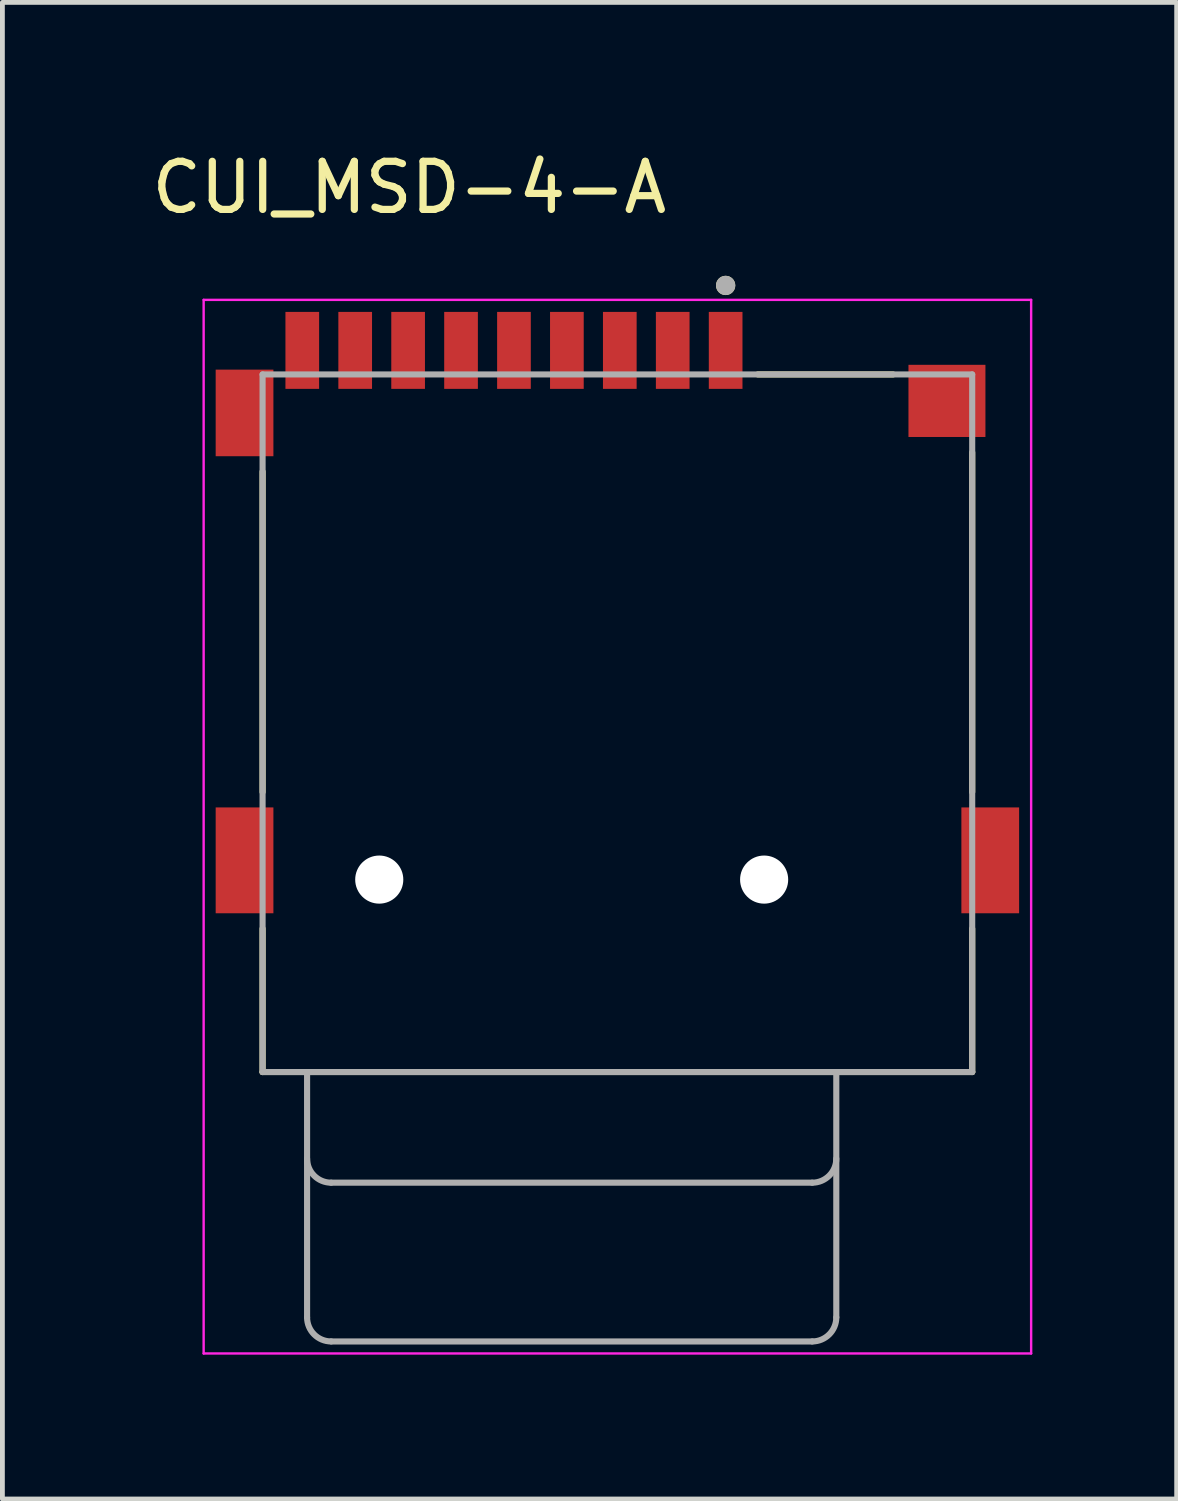
<source format=kicad_pcb>
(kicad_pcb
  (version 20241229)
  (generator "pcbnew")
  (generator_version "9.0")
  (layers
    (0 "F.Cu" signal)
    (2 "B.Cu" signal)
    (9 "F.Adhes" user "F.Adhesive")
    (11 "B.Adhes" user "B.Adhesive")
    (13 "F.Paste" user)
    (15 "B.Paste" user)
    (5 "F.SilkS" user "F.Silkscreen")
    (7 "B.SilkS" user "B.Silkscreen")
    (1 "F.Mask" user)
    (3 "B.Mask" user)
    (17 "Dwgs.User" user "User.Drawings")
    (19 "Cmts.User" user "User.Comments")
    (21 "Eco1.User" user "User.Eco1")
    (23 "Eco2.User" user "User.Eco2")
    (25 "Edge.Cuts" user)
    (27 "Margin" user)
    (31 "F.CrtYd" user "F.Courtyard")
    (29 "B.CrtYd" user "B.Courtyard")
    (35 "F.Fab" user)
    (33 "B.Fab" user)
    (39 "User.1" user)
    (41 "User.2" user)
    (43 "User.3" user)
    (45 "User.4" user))
  (footprint "CUI_MSD-4-A"
    (layer "F.Cu")
    (at 9.783 11.983)
    (property "Reference" "CUI_MSD-4-A" (at -4.325 -11.135 0) (layer "F.SilkS") (effects (font (size 1 1) (thickness 0.15))))
    (attr smd)
    (fp_line (start -7.375 -5.23) (end -7.375 1.43) (stroke (width 0.127) (type solid)) (layer "F.SilkS"))
    (fp_line (start -7.375 4.27) (end -7.375 7.25) (stroke (width 0.127) (type solid)) (layer "F.SilkS"))
    (fp_line (start -7.375 7.25) (end 7.375 7.25) (stroke (width 0.127) (type solid)) (layer "F.SilkS"))
    (fp_line (start 5.73 -7.25) (end 2.92 -7.25) (stroke (width 0.127) (type solid)) (layer "F.SilkS"))
    (fp_line (start 7.375 -5.63) (end 7.375 1.43) (stroke (width 0.127) (type solid)) (layer "F.SilkS"))
    (fp_line (start 7.375 4.27) (end 7.375 7.25) (stroke (width 0.127) (type solid)) (layer "F.SilkS"))
    (fp_circle (center 2.25 -9.1) (end 2.35 -9.1) (stroke (width 0.2) (type solid)) (fill no) (layer "F.SilkS"))
    (fp_line (start -8.6 -8.8) (end 8.6 -8.8) (stroke (width 0.05) (type solid)) (layer "F.CrtYd"))
    (fp_line (start -8.6 13.1) (end -8.6 -8.8) (stroke (width 0.05) (type solid)) (layer "F.CrtYd"))
    (fp_line (start 8.6 -8.8) (end 8.6 13.1) (stroke (width 0.05) (type solid)) (layer "F.CrtYd"))
    (fp_line (start 8.6 13.1) (end -8.6 13.1) (stroke (width 0.05) (type solid)) (layer "F.CrtYd"))
    (fp_line (start -7.375 -7.25) (end -7.375 7.25) (stroke (width 0.127) (type solid)) (layer "F.Fab"))
    (fp_line (start -7.375 7.25) (end -6.45 7.25) (stroke (width 0.127) (type solid)) (layer "F.Fab"))
    (fp_line (start -6.45 7.25) (end -6.45 12.35) (stroke (width 0.127) (type solid)) (layer "F.Fab"))
    (fp_line (start -6.45 7.25) (end 4.55 7.25) (stroke (width 0.127) (type solid)) (layer "F.Fab"))
    (fp_line (start -5.95 9.55) (end 4.05 9.55) (stroke (width 0.127) (type solid)) (layer "F.Fab"))
    (fp_line (start -5.95 12.85) (end 4.05 12.85) (stroke (width 0.127) (type solid)) (layer "F.Fab"))
    (fp_line (start 4.55 7.25) (end 7.375 7.25) (stroke (width 0.127) (type solid)) (layer "F.Fab"))
    (fp_line (start 4.55 12.35) (end 4.55 7.25) (stroke (width 0.127) (type solid)) (layer "F.Fab"))
    (fp_line (start 7.375 -7.25) (end -7.375 -7.25) (stroke (width 0.127) (type solid)) (layer "F.Fab"))
    (fp_line (start 7.375 7.25) (end 7.375 -7.25) (stroke (width 0.127) (type solid)) (layer "F.Fab"))
    (fp_arc (start -5.95 9.55) (mid -6.303553 9.403553) (end -6.45 9.05) (stroke (width 0.127) (type solid)) (layer "F.Fab"))
    (fp_arc (start -5.95 12.85) (mid -6.303553 12.703553) (end -6.45 12.35) (stroke (width 0.127) (type solid)) (layer "F.Fab"))
    (fp_arc (start 4.55 9.05) (mid 4.403553 9.403553) (end 4.05 9.55) (stroke (width 0.127) (type solid)) (layer "F.Fab"))
    (fp_arc (start 4.55 12.35) (mid 4.403553 12.703553) (end 4.05 12.85) (stroke (width 0.127) (type solid)) (layer "F.Fab"))
    (fp_circle (center 2.25 -9.1) (end 2.35 -9.1) (stroke (width 0.2) (type solid)) (fill no) (layer "F.Fab"))
    (pad "" np_thru_hole circle (at -4.95 3.25) (size 1 1) (drill 1) (layers "*.Cu" "*.Mask"))
    (pad "" np_thru_hole circle (at 3.05 3.25) (size 1 1) (drill 1) (layers "*.Cu" "*.Mask"))
    (pad "1" smd rect (at 2.25 -7.75) (size 0.7 1.6) (layers "F.Cu" "F.Mask" "F.Paste"))
    (pad "2" smd rect (at 1.15 -7.75) (size 0.7 1.6) (layers "F.Cu" "F.Mask" "F.Paste"))
    (pad "3" smd rect (at 0.05 -7.75) (size 0.7 1.6) (layers "F.Cu" "F.Mask" "F.Paste"))
    (pad "4" smd rect (at -1.05 -7.75) (size 0.7 1.6) (layers "F.Cu" "F.Mask" "F.Paste"))
    (pad "5" smd rect (at -2.15 -7.75) (size 0.7 1.6) (layers "F.Cu" "F.Mask" "F.Paste"))
    (pad "6" smd rect (at -3.25 -7.75) (size 0.7 1.6) (layers "F.Cu" "F.Mask" "F.Paste"))
    (pad "7" smd rect (at -4.35 -7.75) (size 0.7 1.6) (layers "F.Cu" "F.Mask" "F.Paste"))
    (pad "8" smd rect (at -5.45 -7.75) (size 0.7 1.6) (layers "F.Cu" "F.Mask" "F.Paste"))
    (pad "CD" smd rect (at -6.55 -7.75) (size 0.7 1.6) (layers "F.Cu" "F.Mask" "F.Paste"))
    (pad "G1" smd rect (at -7.75 -6.45) (size 1.2 1.8) (layers "F.Cu" "F.Mask" "F.Paste"))
    (pad "G2" smd rect (at 6.85 -6.7) (size 1.6 1.5) (layers "F.Cu" "F.Mask" "F.Paste"))
    (pad "G3" smd rect (at -7.75 2.85) (size 1.2 2.2) (layers "F.Cu" "F.Mask" "F.Paste"))
    (pad "G4" smd rect (at 7.75 2.85) (size 1.2 2.2) (layers "F.Cu" "F.Mask" "F.Paste")))
  (gr_rect
    (start -3 -3)
    (end 21.408 28.108)
    (stroke (width 0.1) (type default))
    (fill no)
    (layer "Edge.Cuts")))
</source>
